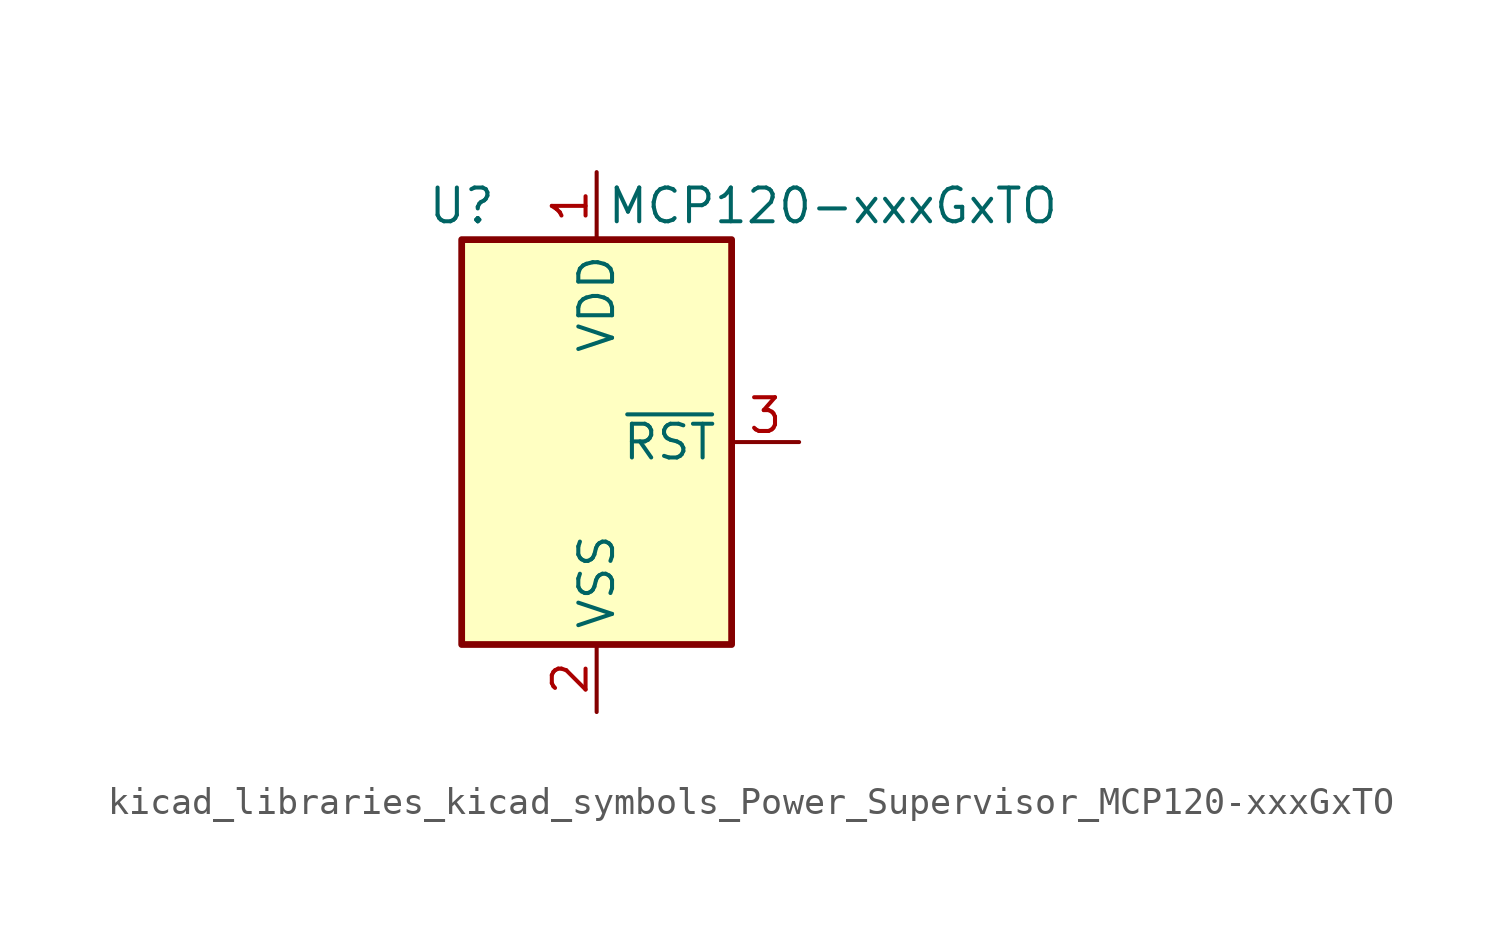
<source format=kicad_sym>
(kicad_symbol_lib
  (version 20220914)
  (generator kicad_symbol_editor)
  (symbol "kicad_libraries_kicad_symbols_Power_Supervisor_MCP120-xxxGxTO"
    (property "Reference" "U"
      (at -5.08 8.89 0)
      (effects (font (size 1.27 1.27))))
    (property "Value" "MCP120-xxxGxTO"
      (at 8.89 8.89 0)
      (effects (font (size 1.27 1.27))))
    (symbol "kicad_libraries_kicad_symbols_Power_Supervisor_MCP120-xxxGxTO_0_1"
      (rectangle (start 5.08 7.62) (end -5.08 -7.62) (stroke (width 0.254) (type default)) (fill (type background))))
    (symbol "kicad_libraries_kicad_symbols_Power_Supervisor_MCP120-xxxGxTO_1_1"
      (pin power_in line (at 0 10.16 270) (length 2.54) (name "VDD" (effects (font (size 1.27 1.27)))) (number "1" (effects (font (size 1.27 1.27)))))
      (pin power_in line (at 0 -10.16 90) (length 2.54) (name "VSS" (effects (font (size 1.27 1.27)))) (number "2" (effects (font (size 1.27 1.27)))))
      (pin open_collector line (at 7.62 0 180) (length 2.54) (name "~{RST}" (effects (font (size 1.27 1.27)))) (number "3" (effects (font (size 1.27 1.27))))))))
</source>
